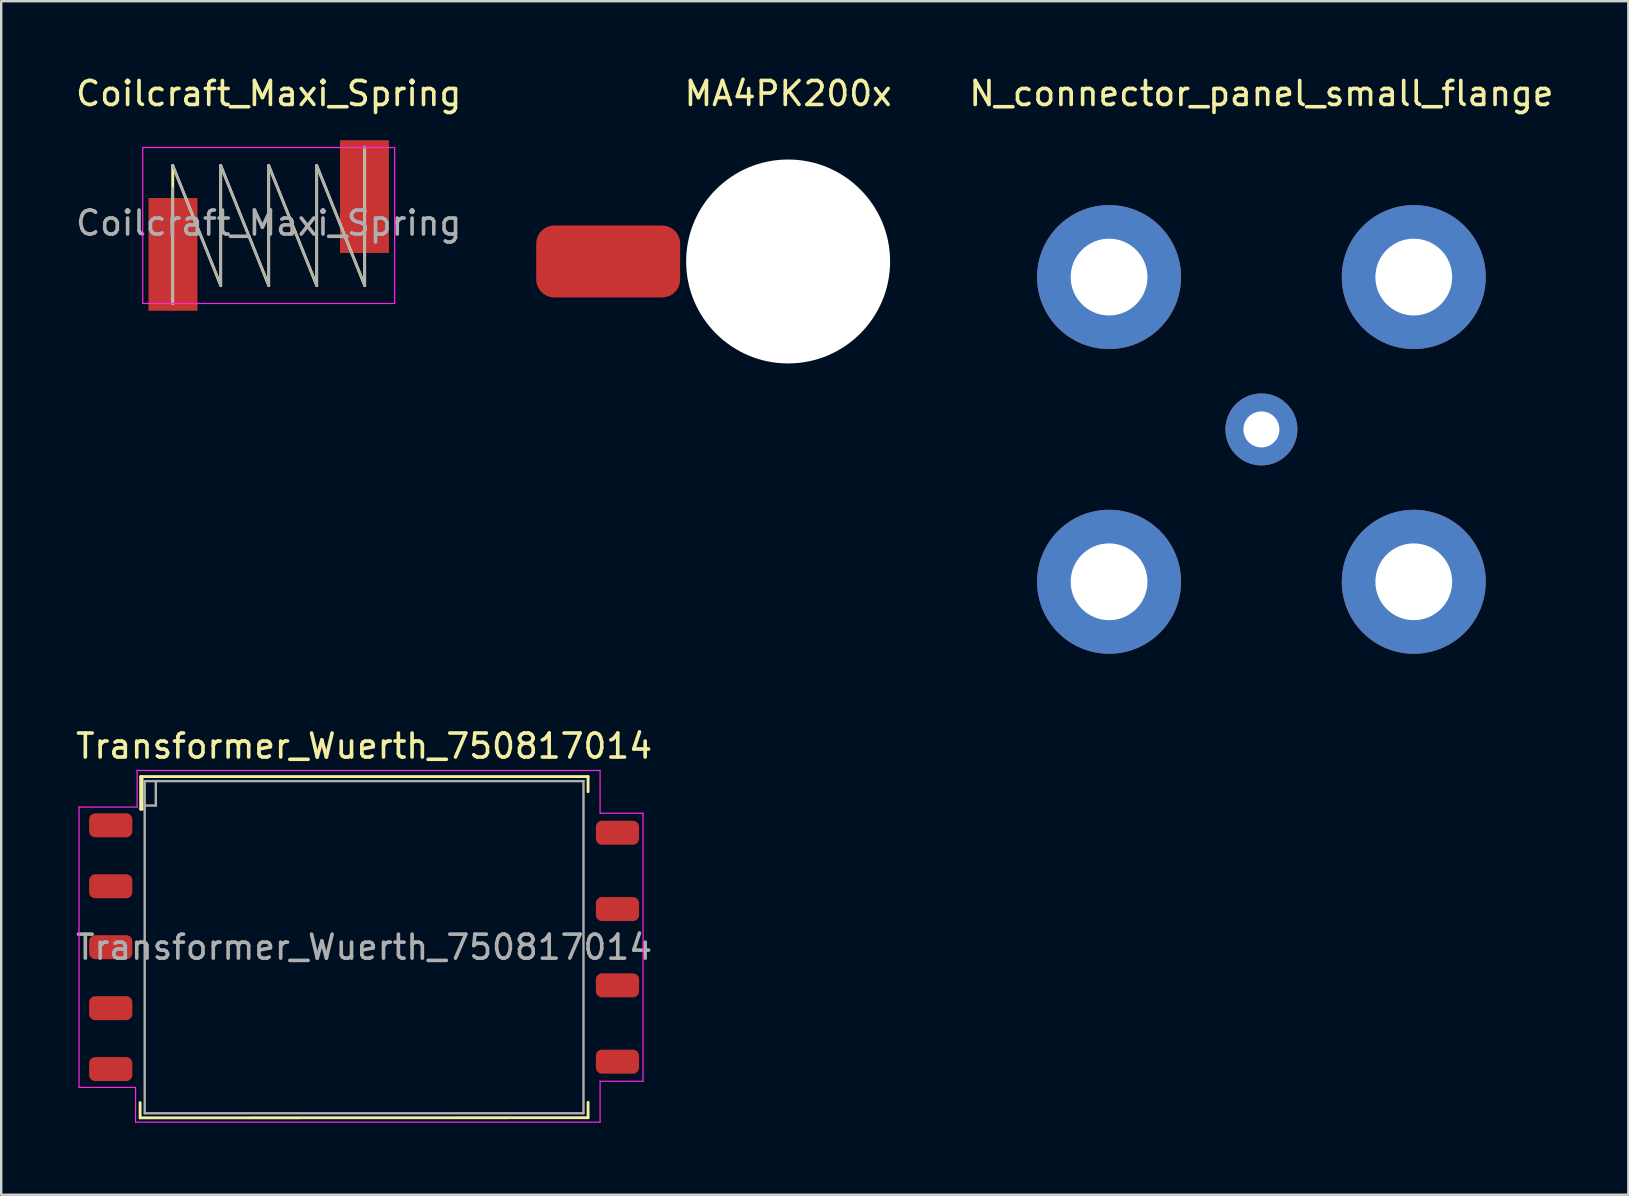
<source format=kicad_pcb>
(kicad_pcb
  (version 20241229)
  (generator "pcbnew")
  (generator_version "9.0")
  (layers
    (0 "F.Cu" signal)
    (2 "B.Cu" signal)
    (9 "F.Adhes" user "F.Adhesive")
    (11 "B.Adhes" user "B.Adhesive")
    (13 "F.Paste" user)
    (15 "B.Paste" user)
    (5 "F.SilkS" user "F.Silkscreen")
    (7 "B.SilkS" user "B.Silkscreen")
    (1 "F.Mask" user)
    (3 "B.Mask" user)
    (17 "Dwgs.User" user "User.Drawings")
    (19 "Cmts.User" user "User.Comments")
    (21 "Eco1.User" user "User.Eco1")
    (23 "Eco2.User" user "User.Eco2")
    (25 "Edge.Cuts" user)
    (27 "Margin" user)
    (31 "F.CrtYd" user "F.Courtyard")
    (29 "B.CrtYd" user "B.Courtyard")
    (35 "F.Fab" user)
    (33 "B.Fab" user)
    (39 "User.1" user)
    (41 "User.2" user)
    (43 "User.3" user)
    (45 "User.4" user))
  (footprint "Coilcraft_Maxi_Spring"
    (layer "F.Cu")
    (at 8.149 6.348)
    (property "Reference" "Coilcraft_Maxi_Spring" (at 0 -5.5 180) (layer "F.SilkS") (effects (font (size 1 1) (thickness 0.15))))
    (attr smd)
    (fp_line (start -4 -2.5) (end -4 3.25) (stroke (width 0.12) (type solid)) (layer "F.SilkS"))
    (fp_line (start -4 -2.5) (end -2 2.5) (stroke (width 0.12) (type solid)) (layer "F.SilkS"))
    (fp_line (start -2 -2.5) (end -2 2.5) (stroke (width 0.12) (type solid)) (layer "F.SilkS"))
    (fp_line (start -2 -2.5) (end 0 2.5) (stroke (width 0.12) (type solid)) (layer "F.SilkS"))
    (fp_line (start 0 -2.5) (end 0 2.5) (stroke (width 0.12) (type solid)) (layer "F.SilkS"))
    (fp_line (start 0 -2.5) (end 2 2.5) (stroke (width 0.12) (type solid)) (layer "F.SilkS"))
    (fp_line (start 2 -2.5) (end 2 2.5) (stroke (width 0.12) (type solid)) (layer "F.SilkS"))
    (fp_line (start 2 -2.5) (end 4 2.5) (stroke (width 0.12) (type solid)) (layer "F.SilkS"))
    (fp_line (start 4 -3.25) (end 4 2.5) (stroke (width 0.12) (type solid)) (layer "F.SilkS"))
    (fp_line (start -5.25 -3.25) (end -5.25 3.25) (stroke (width 0.05) (type solid)) (layer "F.CrtYd"))
    (fp_line (start -5.25 3.25) (end 5.25 3.25) (stroke (width 0.05) (type solid)) (layer "F.CrtYd"))
    (fp_line (start 5.25 -3.25) (end -5.25 -3.25) (stroke (width 0.05) (type solid)) (layer "F.CrtYd"))
    (fp_line (start 5.25 3.25) (end 5.25 -3.25) (stroke (width 0.05) (type solid)) (layer "F.CrtYd"))
    (fp_line (start -4 -2.5) (end -2 2.5) (stroke (width 0.1) (type solid)) (layer "F.Fab"))
    (fp_line (start -4 3.25) (end -4 -1.55) (stroke (width 0.1) (type solid)) (layer "F.Fab"))
    (fp_line (start -2 -2.5) (end 0 2.5) (stroke (width 0.1) (type solid)) (layer "F.Fab"))
    (fp_line (start -2 2.5) (end -2 -2.5) (stroke (width 0.1) (type solid)) (layer "F.Fab"))
    (fp_line (start 0 -2.5) (end 2 2.5) (stroke (width 0.1) (type solid)) (layer "F.Fab"))
    (fp_line (start 0 2.5) (end 0 -2.5) (stroke (width 0.1) (type solid)) (layer "F.Fab"))
    (fp_line (start 2 -2.5) (end 4 2.5) (stroke (width 0.1) (type solid)) (layer "F.Fab"))
    (fp_line (start 2 2.5) (end 2 -2.5) (stroke (width 0.1) (type solid)) (layer "F.Fab"))
    (fp_line (start 4 2.5) (end 4 -3.25) (stroke (width 0.1) (type solid)) (layer "F.Fab"))
    (fp_text user "${REFERENCE}" (at 0 -0.1 180) (layer "F.Fab") (effects (font (size 1 1) (thickness 0.15))))
    (pad "1" smd rect (at -3.99 1.205) (size 2.04 4.7) (layers "F.Cu" "F.Mask" "F.Paste"))
    (pad "2" smd rect (at 3.99 -1.205) (size 2.04 4.7) (layers "F.Cu" "F.Mask" "F.Paste")))
  (footprint "MA4PK200x"
    (layer "F.Cu")
    (at 29.798 7.848)
    (property "Reference" "MA4PK200x" (at 0 -7 0) (layer "F.SilkS") (effects (font (size 1 1) (thickness 0.15))))
    (attr through_hole)
    (pad "" np_thru_hole circle (at 0 0) (size 8.5 8.5) (drill 8.5) (layers "*.Cu" "*.Mask"))
    (pad "1" smd roundrect (at -7.5 0) (size 6 3) (layers "F.Cu" "F.Mask" "F.Paste") (roundrect_rratio 0.25))
    (pad "2" smd circle (at 0 0) (size 3 3) (layers "B.Cu" "B.Mask")))
  (footprint "N_connector_panel_small_flange"
    (layer "F.Cu")
    (at 49.524 14.848)
    (property "Reference" "N_connector_panel_small_flange" (at 0 -14 0) (layer "F.SilkS") (effects (font (size 1 1) (thickness 0.15))))
    (attr through_hole)
    (pad "1" thru_hole circle (at 0 0) (size 3 3) (drill 1.5) (layers "*.Cu" "*.Mask"))
    (pad "2" thru_hole circle (at -6.35 -6.35) (size 6 6) (drill 3.2) (layers "*.Cu" "*.Mask"))
    (pad "2" thru_hole circle (at -6.35 6.35) (size 6 6) (drill 3.2) (layers "*.Cu" "*.Mask"))
    (pad "2" thru_hole circle (at 6.35 -6.35) (size 6 6) (drill 3.2) (layers "*.Cu" "*.Mask"))
    (pad "2" thru_hole circle (at 6.35 6.35) (size 6 6) (drill 3.2) (layers "*.Cu" "*.Mask")))
  (footprint "Transformer_Wuerth_750817014"
    (layer "F.Cu")
    (at 12.125 36.428)
    (property "Reference" "Transformer_Wuerth_750817014" (at 0 -8.382 0) (layer "F.SilkS") (effects (font (size 1 1) (thickness 0.15))))
    (attr smd)
    (fp_line (start -9.335 6.477) (end -9.335 7.112) (stroke (width 0.12) (type solid)) (layer "F.SilkS"))
    (fp_line (start -9.335 7.112) (end 9.335 7.106) (stroke (width 0.12) (type solid)) (layer "F.SilkS"))
    (fp_line (start -9.312 -7.112) (end 9.335 -7.112) (stroke (width 0.12) (type solid)) (layer "F.SilkS"))
    (fp_line (start -9.312 -7.106) (end -9.312 -5.756) (stroke (width 0.12) (type solid)) (layer "F.SilkS"))
    (fp_line (start -9.312 -5.756) (end -9.252 -5.756) (stroke (width 0.12) (type solid)) (layer "F.SilkS"))
    (fp_line (start -9.252 -7.106) (end -9.252 -5.756) (stroke (width 0.12) (type solid)) (layer "F.SilkS"))
    (fp_line (start 9.335 -7.112) (end 9.335 -6.482) (stroke (width 0.12) (type solid)) (layer "F.SilkS"))
    (fp_line (start 9.335 7.106) (end 9.335 6.466) (stroke (width 0.12) (type solid)) (layer "F.SilkS"))
    (fp_line (start -11.88 -5.842) (end -11.88 5.842) (stroke (width 0.05) (type solid)) (layer "F.CrtYd"))
    (fp_line (start -11.88 5.842) (end -9.525 5.842) (stroke (width 0.05) (type solid)) (layer "F.CrtYd"))
    (fp_line (start -9.525 5.842) (end -9.525 7.292) (stroke (width 0.05) (type solid)) (layer "F.CrtYd"))
    (fp_line (start -9.525 7.292) (end 9.836 7.29) (stroke (width 0.05) (type solid)) (layer "F.CrtYd"))
    (fp_line (start -9.461 -7.366) (end -9.461 -5.842) (stroke (width 0.05) (type solid)) (layer "F.CrtYd"))
    (fp_line (start -9.461 -5.842) (end -11.88 -5.842) (stroke (width 0.05) (type solid)) (layer "F.CrtYd"))
    (fp_line (start 9.836 -7.366) (end -9.461 -7.366) (stroke (width 0.05) (type solid)) (layer "F.CrtYd"))
    (fp_line (start 9.836 -7.366) (end 9.836 -5.586) (stroke (width 0.05) (type solid)) (layer "F.CrtYd"))
    (fp_line (start 9.836 -5.586) (end 11.626 -5.586) (stroke (width 0.05) (type solid)) (layer "F.CrtYd"))
    (fp_line (start 9.836 5.588) (end 11.626 5.588) (stroke (width 0.05) (type solid)) (layer "F.CrtYd"))
    (fp_line (start 9.836 7.29) (end 9.836 5.588) (stroke (width 0.05) (type solid)) (layer "F.CrtYd"))
    (fp_line (start 11.626 5.588) (end 11.626 -5.586) (stroke (width 0.05) (type solid)) (layer "F.CrtYd"))
    (fp_line (start -9.144 -6.921) (end -9.144 6.921) (stroke (width 0.1) (type solid)) (layer "F.Fab"))
    (fp_line (start -9.144 6.921) (end 9.144 6.921) (stroke (width 0.1) (type solid)) (layer "F.Fab"))
    (fp_line (start -8.681 -5.904) (end -9.142 -5.904) (stroke (width 0.1) (type solid)) (layer "F.Fab"))
    (fp_line (start -8.681 -5.904) (end -8.681 -6.921) (stroke (width 0.1) (type solid)) (layer "F.Fab"))
    (fp_line (start 9.144 -6.921) (end -9.144 -6.921) (stroke (width 0.1) (type solid)) (layer "F.Fab"))
    (fp_line (start 9.144 -6.921) (end 9.144 6.921) (stroke (width 0.1) (type solid)) (layer "F.Fab"))
    (fp_text user "${REFERENCE}" (at 0 0 0) (layer "F.Fab") (effects (font (size 1 1) (thickness 0.15))))
    (pad "1" smd roundrect (at -10.56 -5.08) (size 1.8 1) (layers "F.Cu" "F.Mask" "F.Paste") (roundrect_rratio 0.25))
    (pad "2" smd roundrect (at -10.56 -2.54) (size 1.8 1) (layers "F.Cu" "F.Mask" "F.Paste") (roundrect_rratio 0.25))
    (pad "3" smd roundrect (at -10.56 0) (size 1.8 1) (layers "F.Cu" "F.Mask" "F.Paste") (roundrect_rratio 0.25))
    (pad "4" smd roundrect (at -10.56 2.54) (size 1.8 1) (layers "F.Cu" "F.Mask" "F.Paste") (roundrect_rratio 0.25))
    (pad "5" smd roundrect (at -10.56 5.08) (size 1.8 1) (layers "F.Cu" "F.Mask" "F.Paste") (roundrect_rratio 0.25))
    (pad "6" smd roundrect (at 10.56 4.77) (size 1.8 1) (layers "F.Cu" "F.Mask" "F.Paste") (roundrect_rratio 0.25))
    (pad "7" smd roundrect (at 10.56 1.59) (size 1.8 1) (layers "F.Cu" "F.Mask" "F.Paste") (roundrect_rratio 0.25))
    (pad "8" smd roundrect (at 10.56 -1.59) (size 1.8 1) (layers "F.Cu" "F.Mask" "F.Paste") (roundrect_rratio 0.25))
    (pad "9" smd roundrect (at 10.56 -4.77) (size 1.8 1) (layers "F.Cu" "F.Mask" "F.Paste") (roundrect_rratio 0.25)))
  (gr_rect
    (start -3 -3)
    (end 64.815 46.745)
    (stroke (width 0.1) (type default))
    (fill no)
    (layer "Edge.Cuts")))
</source>
